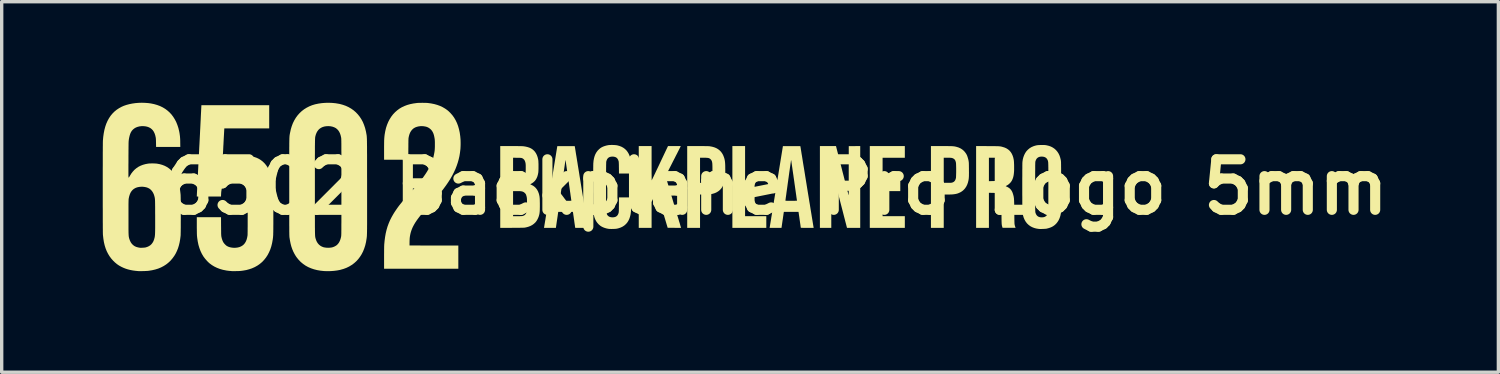
<source format=kicad_pcb>
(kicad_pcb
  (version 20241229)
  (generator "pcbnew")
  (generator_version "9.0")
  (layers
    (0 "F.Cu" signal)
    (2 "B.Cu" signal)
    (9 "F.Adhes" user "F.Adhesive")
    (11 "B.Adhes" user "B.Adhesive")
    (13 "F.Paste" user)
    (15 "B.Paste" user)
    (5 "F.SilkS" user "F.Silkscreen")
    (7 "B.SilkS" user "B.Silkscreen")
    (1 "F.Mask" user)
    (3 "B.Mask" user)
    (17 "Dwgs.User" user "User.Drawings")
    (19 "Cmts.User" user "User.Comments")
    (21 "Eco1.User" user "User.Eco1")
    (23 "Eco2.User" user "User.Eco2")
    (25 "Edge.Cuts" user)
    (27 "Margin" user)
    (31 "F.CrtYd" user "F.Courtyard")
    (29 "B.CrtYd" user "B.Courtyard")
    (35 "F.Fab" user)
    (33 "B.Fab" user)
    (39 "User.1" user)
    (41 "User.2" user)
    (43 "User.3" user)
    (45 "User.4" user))
  (footprint "6502 Backplane Pro Logo 5mm"
    (layer "F.Cu")
    (at 19.985 2.5)
    (property "Reference" "6502 Backplane Pro Logo 5mm" (at 0 0 0) (layer "F.SilkS") (effects (font (size 1.5 1.5) (thickness 0.3))))
    (attr board_only exclude_from_pos_files exclude_from_bom)
    (fp_poly (pts (xy -0.918 -0.173) (xy -0.918 0.867) (xy -0.603 0.867) (xy -0.288 0.867) (xy -0.288 1.041) (xy -0.288 1.214) (xy -0.791 1.214) (xy -1.295 1.214) (xy -1.295 0) (xy -1.295 -1.214) (xy -1.106 -1.214) (xy -0.918 -1.214)) (stroke (width 0) (type solid)) (fill yes) (layer "F.SilkS"))
    (fp_poly (pts (xy 3.824 -1.041) (xy 3.824 -0.867) (xy 3.494 -0.867) (xy 3.164 -0.867) (xy 3.164 -0.546) (xy 3.164 -0.224) (xy 3.427 -0.224) (xy 3.689 -0.224) (xy 3.689 -0.051) (xy 3.689 0.123) (xy 3.427 0.123) (xy 3.164 0.123) (xy 3.164 0.495) (xy 3.164 0.867) (xy 3.494 0.867) (xy 3.824 0.867) (xy 3.824 1.041) (xy 3.824 1.214) (xy 3.304 1.214) (xy 2.784 1.214) (xy 2.784 0) (xy 2.784 -1.214) (xy 3.304 -1.214) (xy 3.824 -1.214)) (stroke (width 0) (type solid)) (fill yes) (layer "F.SilkS"))
    (fp_poly (pts (xy -3.693 -0.704) (xy -3.693 -0.631) (xy -3.693 -0.563) (xy -3.693 -0.5) (xy -3.693 -0.442) (xy -3.693 -0.388) (xy -3.692 -0.341) (xy -3.692 -0.299) (xy -3.691 -0.265) (xy -3.691 -0.236) (xy -3.691 -0.216) (xy -3.69 -0.202) (xy -3.69 -0.197) (xy -3.689 -0.197) (xy -3.687 -0.201) (xy -3.682 -0.213) (xy -3.673 -0.231) (xy -3.661 -0.255) (xy -3.646 -0.286) (xy -3.629 -0.321) (xy -3.61 -0.362) (xy -3.588 -0.407) (xy -3.565 -0.457) (xy -3.54 -0.509) (xy -3.513 -0.565) (xy -3.485 -0.624) (xy -3.456 -0.685) (xy -3.446 -0.708) (xy -3.206 -1.214) (xy -3.016 -1.214) (xy -2.826 -1.214) (xy -2.864 -1.139) (xy -2.871 -1.124) (xy -2.882 -1.103) (xy -2.896 -1.075) (xy -2.913 -1.042) (xy -2.932 -1.003) (xy -2.954 -0.961) (xy -2.978 -0.915) (xy -3.002 -0.866) (xy -3.029 -0.814) (xy -3.056 -0.762) (xy -3.083 -0.708) (xy -3.09 -0.694) (xy -3.279 -0.324) (xy -3.054 0.427) (xy -3.031 0.505) (xy -3.008 0.581) (xy -2.986 0.654) (xy -2.965 0.724) (xy -2.945 0.791) (xy -2.926 0.855) (xy -2.908 0.914) (xy -2.891 0.969) (xy -2.877 1.019) (xy -2.863 1.063) (xy -2.851 1.102) (xy -2.842 1.135) (xy -2.834 1.161) (xy -2.828 1.181) (xy -2.824 1.192) (xy -2.823 1.196) (xy -2.818 1.214) (xy -3.017 1.213) (xy -3.216 1.212) (xy -3.376 0.676) (xy -3.396 0.61) (xy -3.414 0.547) (xy -3.432 0.487) (xy -3.45 0.43) (xy -3.466 0.376) (xy -3.48 0.327) (xy -3.494 0.282) (xy -3.506 0.242) (xy -3.516 0.208) (xy -3.525 0.18) (xy -3.531 0.159) (xy -3.536 0.144) (xy -3.538 0.137) (xy -3.538 0.137) (xy -3.541 0.14) (xy -3.546 0.15) (xy -3.555 0.166) (xy -3.566 0.187) (xy -3.579 0.213) (xy -3.594 0.242) (xy -3.61 0.274) (xy -3.617 0.289) (xy -3.693 0.445) (xy -3.693 0.829) (xy -3.693 1.214) (xy -3.884 1.214) (xy -4.074 1.214) (xy -4.074 0) (xy -4.074 -1.214) (xy -3.884 -1.214) (xy -3.693 -1.214)) (stroke (width 0) (type solid)) (fill yes) (layer "F.SilkS"))
    (fp_poly (pts (xy 2.5 -0.000048) (xy 2.5 1.214) (xy 2.304 1.214) (xy 2.107 1.214) (xy 2.103 1.198) (xy 2.102 1.193) (xy 2.098 1.179) (xy 2.093 1.159) (xy 2.086 1.131) (xy 2.077 1.096) (xy 2.066 1.055) (xy 2.054 1.009) (xy 2.041 0.957) (xy 2.026 0.9) (xy 2.01 0.838) (xy 1.993 0.771) (xy 1.975 0.701) (xy 1.956 0.628) (xy 1.936 0.551) (xy 1.915 0.471) (xy 1.894 0.389) (xy 1.876 0.319) (xy 1.855 0.236) (xy 1.834 0.154) (xy 1.813 0.075) (xy 1.794 -0.001) (xy 1.775 -0.073) (xy 1.757 -0.142) (xy 1.74 -0.207) (xy 1.725 -0.268) (xy 1.71 -0.324) (xy 1.697 -0.374) (xy 1.686 -0.419) (xy 1.676 -0.458) (xy 1.667 -0.491) (xy 1.66 -0.517) (xy 1.655 -0.536) (xy 1.652 -0.548) (xy 1.652 -0.551) (xy 1.648 -0.557) (xy 1.645 -0.558) (xy 1.645 -0.554) (xy 1.644 -0.542) (xy 1.644 -0.521) (xy 1.644 -0.493) (xy 1.643 -0.457) (xy 1.643 -0.414) (xy 1.643 -0.364) (xy 1.642 -0.306) (xy 1.642 -0.242) (xy 1.642 -0.172) (xy 1.642 -0.095) (xy 1.642 -0.012) (xy 1.642 0.077) (xy 1.641 0.171) (xy 1.641 0.271) (xy 1.641 0.328) (xy 1.641 1.214) (xy 1.472 1.214) (xy 1.303 1.214) (xy 1.303 0) (xy 1.303 -1.214) (xy 1.542 -1.214) (xy 1.781 -1.214) (xy 1.785 -1.198) (xy 1.786 -1.193) (xy 1.79 -1.179) (xy 1.795 -1.158) (xy 1.802 -1.13) (xy 1.811 -1.096) (xy 1.821 -1.056) (xy 1.833 -1.01) (xy 1.846 -0.959) (xy 1.86 -0.903) (xy 1.875 -0.843) (xy 1.892 -0.779) (xy 1.909 -0.711) (xy 1.927 -0.641) (xy 1.946 -0.567) (xy 1.965 -0.492) (xy 1.969 -0.474) (xy 1.989 -0.398) (xy 2.008 -0.325) (xy 2.026 -0.254) (xy 2.043 -0.186) (xy 2.06 -0.122) (xy 2.075 -0.061) (xy 2.09 -0.005) (xy 2.103 0.046) (xy 2.115 0.092) (xy 2.125 0.133) (xy 2.135 0.168) (xy 2.142 0.196) (xy 2.148 0.218) (xy 2.152 0.232) (xy 2.154 0.238) (xy 2.154 0.239) (xy 2.157 0.24) (xy 2.158 0.237) (xy 2.158 0.232) (xy 2.158 0.219) (xy 2.158 0.199) (xy 2.158 0.171) (xy 2.158 0.137) (xy 2.159 0.096) (xy 2.159 0.05) (xy 2.159 -0.002) (xy 2.159 -0.059) (xy 2.159 -0.12) (xy 2.159 -0.185) (xy 2.159 -0.254) (xy 2.159 -0.326) (xy 2.159 -0.401) (xy 2.159 -0.478) (xy 2.159 -0.491) (xy 2.16 -1.212) (xy 2.33 -1.213) (xy 2.5 -1.214)) (stroke (width 0) (type solid)) (fill yes) (layer "F.SilkS"))
    (fp_poly (pts (xy -2.324 -1.214) (xy -2.26 -1.214) (xy -2.205 -1.214) (xy -2.157 -1.214) (xy -2.116 -1.213) (xy -2.081 -1.213) (xy -2.051 -1.212) (xy -2.026 -1.212) (xy -2.006 -1.211) (xy -1.99 -1.21) (xy -1.976 -1.209) (xy -1.967 -1.208) (xy -1.896 -1.195) (xy -1.832 -1.177) (xy -1.773 -1.153) (xy -1.721 -1.123) (xy -1.675 -1.087) (xy -1.634 -1.046) (xy -1.599 -0.998) (xy -1.569 -0.943) (xy -1.545 -0.883) (xy -1.545 -0.882) (xy -1.536 -0.855) (xy -1.529 -0.829) (xy -1.523 -0.802) (xy -1.518 -0.774) (xy -1.514 -0.744) (xy -1.511 -0.71) (xy -1.509 -0.672) (xy -1.507 -0.629) (xy -1.507 -0.58) (xy -1.506 -0.524) (xy -1.506 -0.496) (xy -1.506 -0.457) (xy -1.507 -0.418) (xy -1.507 -0.382) (xy -1.508 -0.349) (xy -1.508 -0.32) (xy -1.509 -0.297) (xy -1.51 -0.281) (xy -1.51 -0.279) (xy -1.521 -0.203) (xy -1.537 -0.133) (xy -1.56 -0.069) (xy -1.587 -0.012) (xy -1.621 0.039) (xy -1.66 0.084) (xy -1.705 0.122) (xy -1.756 0.155) (xy -1.812 0.181) (xy -1.874 0.201) (xy -1.885 0.203) (xy -1.913 0.209) (xy -1.94 0.214) (xy -1.967 0.218) (xy -1.998 0.221) (xy -2.032 0.223) (xy -2.071 0.224) (xy -2.117 0.224) (xy -2.133 0.224) (xy -2.255 0.224) (xy -2.255 0.719) (xy -2.255 1.214) (xy -2.445 1.214) (xy -2.636 1.214) (xy -2.636 0) (xy -2.636 -0.495) (xy -2.255 -0.495) (xy -2.255 -0.122) (xy -2.135 -0.124) (xy -2.1 -0.124) (xy -2.072 -0.124) (xy -2.051 -0.125) (xy -2.034 -0.126) (xy -2.022 -0.127) (xy -2.012 -0.128) (xy -2.004 -0.13) (xy -1.997 -0.133) (xy -1.991 -0.135) (xy -1.963 -0.15) (xy -1.939 -0.171) (xy -1.919 -0.195) (xy -1.911 -0.211) (xy -1.905 -0.223) (xy -1.901 -0.236) (xy -1.897 -0.25) (xy -1.894 -0.266) (xy -1.892 -0.285) (xy -1.89 -0.307) (xy -1.889 -0.334) (xy -1.888 -0.366) (xy -1.887 -0.404) (xy -1.887 -0.448) (xy -1.887 -0.495) (xy -1.887 -0.547) (xy -1.887 -0.591) (xy -1.888 -0.628) (xy -1.889 -0.66) (xy -1.89 -0.686) (xy -1.892 -0.708) (xy -1.895 -0.726) (xy -1.898 -0.742) (xy -1.901 -0.755) (xy -1.906 -0.768) (xy -1.91 -0.778) (xy -1.923 -0.8) (xy -1.94 -0.821) (xy -1.959 -0.838) (xy -1.972 -0.846) (xy -1.985 -0.852) (xy -1.998 -0.857) (xy -2.013 -0.861) (xy -2.031 -0.864) (xy -2.053 -0.865) (xy -2.079 -0.867) (xy -2.112 -0.867) (xy -2.147 -0.867) (xy -2.255 -0.867) (xy -2.255 -0.495) (xy -2.636 -0.495) (xy -2.636 -1.214)) (stroke (width 0) (type solid)) (fill yes) (layer "F.SilkS"))
    (fp_poly (pts (xy 4.973 -1.214) (xy 5.03 -1.214) (xy 5.079 -1.214) (xy 5.121 -1.213) (xy 5.158 -1.213) (xy 5.19 -1.212) (xy 5.218 -1.211) (xy 5.241 -1.21) (xy 5.262 -1.208) (xy 5.281 -1.206) (xy 5.297 -1.204) (xy 5.313 -1.201) (xy 5.328 -1.198) (xy 5.344 -1.194) (xy 5.357 -1.191) (xy 5.419 -1.172) (xy 5.476 -1.146) (xy 5.527 -1.114) (xy 5.573 -1.075) (xy 5.613 -1.03) (xy 5.648 -0.979) (xy 5.663 -0.951) (xy 5.673 -0.929) (xy 5.683 -0.901) (xy 5.693 -0.869) (xy 5.703 -0.835) (xy 5.711 -0.803) (xy 5.716 -0.777) (xy 5.718 -0.764) (xy 5.72 -0.752) (xy 5.722 -0.739) (xy 5.723 -0.724) (xy 5.724 -0.707) (xy 5.725 -0.687) (xy 5.725 -0.663) (xy 5.726 -0.633) (xy 5.726 -0.597) (xy 5.727 -0.555) (xy 5.727 -0.525) (xy 5.727 -0.469) (xy 5.728 -0.421) (xy 5.727 -0.379) (xy 5.727 -0.344) (xy 5.726 -0.313) (xy 5.724 -0.286) (xy 5.723 -0.262) (xy 5.72 -0.24) (xy 5.717 -0.219) (xy 5.714 -0.199) (xy 5.713 -0.196) (xy 5.697 -0.129) (xy 5.675 -0.068) (xy 5.648 -0.013) (xy 5.615 0.037) (xy 5.587 0.07) (xy 5.552 0.104) (xy 5.514 0.133) (xy 5.471 0.159) (xy 5.462 0.163) (xy 5.429 0.178) (xy 5.397 0.191) (xy 5.363 0.201) (xy 5.327 0.209) (xy 5.288 0.215) (xy 5.245 0.22) (xy 5.196 0.223) (xy 5.14 0.224) (xy 5.099 0.224) (xy 4.979 0.224) (xy 4.979 0.719) (xy 4.979 1.214) (xy 4.789 1.214) (xy 4.599 1.214) (xy 4.599 0) (xy 4.599 -0.495) (xy 4.979 -0.495) (xy 4.979 -0.123) (xy 5.09 -0.123) (xy 5.13 -0.123) (xy 5.162 -0.123) (xy 5.187 -0.124) (xy 5.206 -0.126) (xy 5.219 -0.128) (xy 5.223 -0.128) (xy 5.257 -0.141) (xy 5.285 -0.158) (xy 5.307 -0.182) (xy 5.324 -0.211) (xy 5.336 -0.247) (xy 5.341 -0.266) (xy 5.343 -0.28) (xy 5.344 -0.302) (xy 5.345 -0.33) (xy 5.346 -0.363) (xy 5.347 -0.4) (xy 5.348 -0.439) (xy 5.348 -0.48) (xy 5.348 -0.521) (xy 5.348 -0.562) (xy 5.347 -0.601) (xy 5.346 -0.636) (xy 5.345 -0.668) (xy 5.344 -0.694) (xy 5.342 -0.714) (xy 5.341 -0.723) (xy 5.331 -0.761) (xy 5.318 -0.793) (xy 5.3 -0.818) (xy 5.277 -0.837) (xy 5.248 -0.852) (xy 5.229 -0.859) (xy 5.219 -0.861) (xy 5.209 -0.863) (xy 5.198 -0.865) (xy 5.184 -0.866) (xy 5.166 -0.867) (xy 5.142 -0.867) (xy 5.113 -0.867) (xy 5.09 -0.867) (xy 4.979 -0.867) (xy 4.979 -0.495) (xy 4.599 -0.495) (xy 4.599 -1.214) (xy 4.909 -1.214)) (stroke (width 0) (type solid)) (fill yes) (layer "F.SilkS"))
    (fp_poly (pts (xy -4.852 -1.247) (xy -4.813 -1.246) (xy -4.775 -1.243) (xy -4.742 -1.24) (xy -4.715 -1.236) (xy -4.649 -1.218) (xy -4.589 -1.195) (xy -4.534 -1.165) (xy -4.485 -1.129) (xy -4.441 -1.087) (xy -4.404 -1.038) (xy -4.372 -0.984) (xy -4.345 -0.922) (xy -4.339 -0.904) (xy -4.33 -0.875) (xy -4.323 -0.846) (xy -4.317 -0.816) (xy -4.312 -0.783) (xy -4.308 -0.746) (xy -4.306 -0.705) (xy -4.304 -0.658) (xy -4.303 -0.605) (xy -4.302 -0.545) (xy -4.302 -0.398) (xy -4.482 -0.398) (xy -4.661 -0.398) (xy -4.663 -0.568) (xy -4.664 -0.612) (xy -4.664 -0.649) (xy -4.665 -0.679) (xy -4.666 -0.703) (xy -4.667 -0.723) (xy -4.668 -0.738) (xy -4.669 -0.75) (xy -4.671 -0.759) (xy -4.672 -0.765) (xy -4.686 -0.805) (xy -4.704 -0.837) (xy -4.727 -0.863) (xy -4.756 -0.882) (xy -4.79 -0.894) (xy -4.83 -0.901) (xy -4.854 -0.902) (xy -4.897 -0.899) (xy -4.934 -0.89) (xy -4.965 -0.875) (xy -4.991 -0.853) (xy -5.012 -0.825) (xy -5.028 -0.789) (xy -5.039 -0.751) (xy -5.04 -0.743) (xy -5.041 -0.727) (xy -5.041 -0.704) (xy -5.042 -0.674) (xy -5.043 -0.638) (xy -5.043 -0.596) (xy -5.044 -0.549) (xy -5.044 -0.497) (xy -5.044 -0.441) (xy -5.045 -0.381) (xy -5.045 -0.319) (xy -5.045 -0.253) (xy -5.045 -0.186) (xy -5.045 -0.117) (xy -5.046 -0.048) (xy -5.046 0.022) (xy -5.045 0.092) (xy -5.045 0.161) (xy -5.045 0.229) (xy -5.045 0.295) (xy -5.045 0.359) (xy -5.044 0.419) (xy -5.044 0.477) (xy -5.044 0.53) (xy -5.043 0.579) (xy -5.043 0.623) (xy -5.042 0.662) (xy -5.041 0.694) (xy -5.041 0.72) (xy -5.04 0.738) (xy -5.039 0.749) (xy -5.039 0.751) (xy -5.028 0.792) (xy -5.011 0.827) (xy -4.989 0.855) (xy -4.962 0.876) (xy -4.93 0.891) (xy -4.892 0.899) (xy -4.856 0.902) (xy -4.813 0.899) (xy -4.776 0.891) (xy -4.744 0.876) (xy -4.718 0.855) (xy -4.697 0.828) (xy -4.68 0.793) (xy -4.672 0.768) (xy -4.67 0.761) (xy -4.669 0.753) (xy -4.668 0.743) (xy -4.667 0.731) (xy -4.666 0.715) (xy -4.665 0.694) (xy -4.665 0.669) (xy -4.664 0.637) (xy -4.664 0.6) (xy -4.663 0.555) (xy -4.663 0.526) (xy -4.661 0.309) (xy -4.482 0.309) (xy -4.302 0.309) (xy -4.302 0.501) (xy -4.303 0.542) (xy -4.303 0.583) (xy -4.303 0.621) (xy -4.304 0.656) (xy -4.305 0.687) (xy -4.305 0.712) (xy -4.306 0.731) (xy -4.307 0.739) (xy -4.317 0.815) (xy -4.334 0.885) (xy -4.356 0.949) (xy -4.384 1.007) (xy -4.418 1.059) (xy -4.458 1.104) (xy -4.503 1.144) (xy -4.555 1.178) (xy -4.612 1.205) (xy -4.675 1.226) (xy -4.715 1.236) (xy -4.74 1.24) (xy -4.771 1.243) (xy -4.806 1.245) (xy -4.844 1.246) (xy -4.882 1.247) (xy -4.918 1.246) (xy -4.951 1.245) (xy -4.977 1.242) (xy -4.979 1.242) (xy -5.032 1.231) (xy -5.084 1.216) (xy -5.134 1.197) (xy -5.178 1.175) (xy -5.217 1.15) (xy -5.22 1.147) (xy -5.266 1.108) (xy -5.306 1.063) (xy -5.34 1.014) (xy -5.368 0.959) (xy -5.391 0.898) (xy -5.407 0.831) (xy -5.419 0.759) (xy -5.423 0.702) (xy -5.424 0.688) (xy -5.424 0.665) (xy -5.425 0.635) (xy -5.425 0.599) (xy -5.426 0.556) (xy -5.426 0.508) (xy -5.427 0.456) (xy -5.427 0.399) (xy -5.427 0.338) (xy -5.427 0.274) (xy -5.427 0.208) (xy -5.428 0.14) (xy -5.428 0.071) (xy -5.428 0.001) (xy -5.428 -0.068) (xy -5.428 -0.138) (xy -5.427 -0.206) (xy -5.427 -0.272) (xy -5.427 -0.335) (xy -5.427 -0.396) (xy -5.427 -0.453) (xy -5.426 -0.506) (xy -5.426 -0.554) (xy -5.425 -0.597) (xy -5.425 -0.634) (xy -5.424 -0.664) (xy -5.424 -0.687) (xy -5.423 -0.702) (xy -5.423 -0.702) (xy -5.416 -0.779) (xy -5.403 -0.85) (xy -5.385 -0.915) (xy -5.362 -0.973) (xy -5.332 -1.027) (xy -5.297 -1.075) (xy -5.255 -1.118) (xy -5.216 -1.151) (xy -5.179 -1.175) (xy -5.135 -1.197) (xy -5.086 -1.215) (xy -5.034 -1.23) (xy -4.98 -1.241) (xy -4.957 -1.244) (xy -4.927 -1.246) (xy -4.891 -1.247)) (stroke (width 0) (type solid)) (fill yes) (layer "F.SilkS"))
    (fp_poly (pts (xy 0.623 -1.213) (xy 0.659 -1.213) (xy 0.687 -1.212) (xy 0.707 -1.212) (xy 0.719 -1.211) (xy 0.723 -1.21) (xy 0.723 -1.21) (xy 0.724 -1.205) (xy 0.726 -1.193) (xy 0.729 -1.173) (xy 0.734 -1.146) (xy 0.739 -1.112) (xy 0.746 -1.072) (xy 0.753 -1.026) (xy 0.761 -0.975) (xy 0.771 -0.918) (xy 0.781 -0.856) (xy 0.791 -0.791) (xy 0.802 -0.721) (xy 0.814 -0.648) (xy 0.827 -0.571) (xy 0.84 -0.492) (xy 0.853 -0.411) (xy 0.866 -0.328) (xy 0.88 -0.243) (xy 0.894 -0.157) (xy 0.908 -0.07) (xy 0.922 0.017) (xy 0.936 0.104) (xy 0.95 0.19) (xy 0.964 0.275) (xy 0.978 0.359) (xy 0.991 0.442) (xy 1.005 0.522) (xy 1.017 0.6) (xy 1.029 0.675) (xy 1.041 0.746) (xy 1.052 0.814) (xy 1.062 0.878) (xy 1.072 0.937) (xy 1.081 0.991) (xy 1.089 1.04) (xy 1.096 1.084) (xy 1.102 1.121) (xy 1.107 1.151) (xy 1.111 1.175) (xy 1.114 1.191) (xy 1.115 1.199) (xy 1.115 1.2) (xy 1.118 1.214) (xy 0.927 1.214) (xy 0.888 1.214) (xy 0.851 1.214) (xy 0.818 1.214) (xy 0.79 1.213) (xy 0.766 1.213) (xy 0.749 1.213) (xy 0.739 1.212) (xy 0.736 1.212) (xy 0.736 1.207) (xy 0.734 1.195) (xy 0.731 1.177) (xy 0.728 1.153) (xy 0.724 1.124) (xy 0.719 1.091) (xy 0.714 1.056) (xy 0.709 1.019) (xy 0.703 0.981) (xy 0.698 0.943) (xy 0.693 0.906) (xy 0.688 0.871) (xy 0.683 0.839) (xy 0.679 0.811) (xy 0.675 0.787) (xy 0.673 0.769) (xy 0.671 0.758) (xy 0.67 0.754) (xy 0.668 0.74) (xy 0.451 0.74) (xy 0.234 0.74) (xy 0.231 0.75) (xy 0.23 0.756) (xy 0.228 0.769) (xy 0.225 0.789) (xy 0.221 0.816) (xy 0.217 0.847) (xy 0.211 0.883) (xy 0.206 0.922) (xy 0.2 0.964) (xy 0.196 0.987) (xy 0.163 1.214) (xy -0.013 1.214) (xy -0.19 1.214) (xy -0.188 1.203) (xy -0.187 1.197) (xy -0.185 1.184) (xy -0.181 1.164) (xy -0.177 1.135) (xy -0.171 1.1) (xy -0.164 1.058) (xy -0.156 1.01) (xy -0.147 0.956) (xy -0.138 0.896) (xy -0.127 0.831) (xy -0.116 0.761) (xy -0.103 0.686) (xy -0.09 0.606) (xy -0.077 0.523) (xy -0.063 0.436) (xy -0.058 0.404) (xy 0.279 0.404) (xy 0.279 0.404) (xy 0.28 0.406) (xy 0.284 0.407) (xy 0.291 0.408) (xy 0.303 0.409) (xy 0.319 0.41) (xy 0.34 0.41) (xy 0.368 0.41) (xy 0.403 0.41) (xy 0.446 0.41) (xy 0.451 0.41) (xy 0.488 0.41) (xy 0.522 0.41) (xy 0.553 0.41) (xy 0.579 0.409) (xy 0.6 0.409) (xy 0.614 0.408) (xy 0.621 0.407) (xy 0.622 0.407) (xy 0.621 0.402) (xy 0.62 0.389) (xy 0.617 0.369) (xy 0.613 0.342) (xy 0.608 0.309) (xy 0.603 0.271) (xy 0.597 0.228) (xy 0.59 0.181) (xy 0.583 0.13) (xy 0.575 0.075) (xy 0.567 0.019) (xy 0.559 -0.04) (xy 0.55 -0.1) (xy 0.542 -0.162) (xy 0.533 -0.223) (xy 0.524 -0.284) (xy 0.516 -0.344) (xy 0.507 -0.403) (xy 0.499 -0.46) (xy 0.491 -0.514) (xy 0.484 -0.565) (xy 0.477 -0.612) (xy 0.471 -0.655) (xy 0.465 -0.693) (xy 0.46 -0.726) (xy 0.457 -0.752) (xy 0.454 -0.772) (xy 0.452 -0.785) (xy 0.451 -0.79) (xy 0.451 -0.79) (xy 0.446 -0.79) (xy 0.446 -0.79) (xy 0.445 -0.786) (xy 0.443 -0.774) (xy 0.441 -0.754) (xy 0.437 -0.728) (xy 0.432 -0.696) (xy 0.427 -0.659) (xy 0.421 -0.616) (xy 0.414 -0.569) (xy 0.407 -0.519) (xy 0.399 -0.465) (xy 0.391 -0.408) (xy 0.383 -0.35) (xy 0.375 -0.289) (xy 0.366 -0.228) (xy 0.358 -0.167) (xy 0.349 -0.106) (xy 0.341 -0.046) (xy 0.333 0.013) (xy 0.325 0.07) (xy 0.317 0.124) (xy 0.31 0.176) (xy 0.304 0.223) (xy 0.298 0.266) (xy 0.292 0.305) (xy 0.288 0.338) (xy 0.284 0.365) (xy 0.282 0.385) (xy 0.28 0.399) (xy 0.279 0.404) (xy -0.058 0.404) (xy -0.048 0.346) (xy -0.033 0.253) (xy -0.017 0.157) (xy -0.001 0.058) (xy 0.01 -0.011) (xy 0.205 -1.212) (xy 0.464 -1.213) (xy 0.525 -1.213) (xy 0.578 -1.213)) (stroke (width 0) (type solid)) (fill yes) (layer "F.SilkS"))
    (fp_poly (pts (xy -6.084 -1.213) (xy -6.049 -1.213) (xy -6.022 -1.213) (xy -6.001 -1.212) (xy -5.986 -1.212) (xy -5.977 -1.211) (xy -5.974 -1.21) (xy -5.973 -1.209) (xy -5.973 -1.205) (xy -5.971 -1.193) (xy -5.968 -1.173) (xy -5.963 -1.146) (xy -5.958 -1.112) (xy -5.951 -1.072) (xy -5.944 -1.025) (xy -5.936 -0.974) (xy -5.926 -0.917) (xy -5.916 -0.855) (xy -5.906 -0.79) (xy -5.894 -0.72) (xy -5.883 -0.647) (xy -5.87 -0.57) (xy -5.857 -0.491) (xy -5.844 -0.41) (xy -5.831 -0.326) (xy -5.817 -0.241) (xy -5.803 -0.155) (xy -5.789 -0.069) (xy -5.775 0.018) (xy -5.761 0.105) (xy -5.747 0.191) (xy -5.733 0.277) (xy -5.719 0.361) (xy -5.706 0.444) (xy -5.692 0.524) (xy -5.68 0.602) (xy -5.668 0.677) (xy -5.656 0.748) (xy -5.645 0.816) (xy -5.635 0.88) (xy -5.625 0.939) (xy -5.616 0.993) (xy -5.608 1.042) (xy -5.601 1.085) (xy -5.595 1.123) (xy -5.59 1.153) (xy -5.586 1.177) (xy -5.583 1.193) (xy -5.582 1.201) (xy -5.582 1.203) (xy -5.579 1.214) (xy -5.77 1.214) (xy -5.809 1.214) (xy -5.846 1.214) (xy -5.879 1.214) (xy -5.907 1.214) (xy -5.931 1.214) (xy -5.948 1.213) (xy -5.958 1.213) (xy -5.961 1.213) (xy -5.961 1.208) (xy -5.963 1.196) (xy -5.966 1.178) (xy -5.969 1.154) (xy -5.973 1.125) (xy -5.978 1.093) (xy -5.983 1.058) (xy -5.988 1.021) (xy -5.993 0.983) (xy -5.999 0.945) (xy -6.004 0.908) (xy -6.009 0.873) (xy -6.014 0.84) (xy -6.018 0.812) (xy -6.021 0.788) (xy -6.024 0.77) (xy -6.026 0.758) (xy -6.026 0.754) (xy -6.029 0.74) (xy -6.246 0.74) (xy -6.463 0.74) (xy -6.466 0.75) (xy -6.467 0.756) (xy -6.469 0.769) (xy -6.472 0.789) (xy -6.476 0.816) (xy -6.48 0.847) (xy -6.485 0.883) (xy -6.491 0.922) (xy -6.497 0.964) (xy -6.501 0.987) (xy -6.534 1.214) (xy -6.71 1.214) (xy -6.887 1.214) (xy -6.885 1.203) (xy -6.884 1.197) (xy -6.882 1.184) (xy -6.878 1.164) (xy -6.874 1.135) (xy -6.868 1.1) (xy -6.861 1.058) (xy -6.853 1.01) (xy -6.844 0.956) (xy -6.835 0.896) (xy -6.824 0.831) (xy -6.813 0.761) (xy -6.8 0.686) (xy -6.787 0.606) (xy -6.774 0.523) (xy -6.76 0.436) (xy -6.754 0.403) (xy -6.418 0.403) (xy -6.417 0.405) (xy -6.415 0.406) (xy -6.411 0.408) (xy -6.405 0.408) (xy -6.394 0.409) (xy -6.379 0.41) (xy -6.359 0.41) (xy -6.333 0.41) (xy -6.3 0.41) (xy -6.26 0.41) (xy -6.246 0.41) (xy -6.209 0.41) (xy -6.175 0.41) (xy -6.144 0.41) (xy -6.118 0.41) (xy -6.097 0.409) (xy -6.083 0.409) (xy -6.076 0.408) (xy -6.075 0.408) (xy -6.076 0.403) (xy -6.077 0.39) (xy -6.08 0.37) (xy -6.084 0.344) (xy -6.088 0.311) (xy -6.094 0.273) (xy -6.1 0.23) (xy -6.106 0.183) (xy -6.114 0.132) (xy -6.121 0.078) (xy -6.129 0.021) (xy -6.138 -0.038) (xy -6.146 -0.098) (xy -6.155 -0.159) (xy -6.164 -0.221) (xy -6.173 -0.282) (xy -6.181 -0.342) (xy -6.19 -0.401) (xy -6.198 -0.458) (xy -6.206 -0.512) (xy -6.213 -0.563) (xy -6.22 -0.61) (xy -6.226 -0.654) (xy -6.232 -0.692) (xy -6.236 -0.725) (xy -6.24 -0.752) (xy -6.243 -0.772) (xy -6.245 -0.785) (xy -6.246 -0.79) (xy -6.246 -0.79) (xy -6.251 -0.79) (xy -6.251 -0.79) (xy -6.252 -0.786) (xy -6.254 -0.774) (xy -6.256 -0.754) (xy -6.26 -0.728) (xy -6.265 -0.696) (xy -6.27 -0.658) (xy -6.276 -0.616) (xy -6.283 -0.569) (xy -6.29 -0.518) (xy -6.298 -0.464) (xy -6.306 -0.408) (xy -6.314 -0.349) (xy -6.322 -0.289) (xy -6.331 -0.228) (xy -6.339 -0.167) (xy -6.348 -0.106) (xy -6.356 -0.046) (xy -6.365 0.013) (xy -6.372 0.07) (xy -6.38 0.124) (xy -6.387 0.175) (xy -6.394 0.223) (xy -6.399 0.266) (xy -6.405 0.304) (xy -6.409 0.337) (xy -6.413 0.364) (xy -6.415 0.384) (xy -6.417 0.398) (xy -6.418 0.403) (xy -6.754 0.403) (xy -6.745 0.346) (xy -6.73 0.253) (xy -6.714 0.157) (xy -6.698 0.058) (xy -6.687 -0.011) (xy -6.492 -1.212) (xy -6.233 -1.213) (xy -6.175 -1.213) (xy -6.125 -1.213)) (stroke (width 0) (type solid)) (fill yes) (layer "F.SilkS"))
    (fp_poly (pts (xy -7.807 -1.214) (xy -7.749 -1.214) (xy -7.697 -1.214) (xy -7.649 -1.213) (xy -7.608 -1.213) (xy -7.573 -1.212) (xy -7.545 -1.211) (xy -7.524 -1.211) (xy -7.511 -1.21) (xy -7.51 -1.21) (xy -7.442 -1.2) (xy -7.38 -1.186) (xy -7.324 -1.168) (xy -7.275 -1.146) (xy -7.236 -1.122) (xy -7.194 -1.087) (xy -7.156 -1.046) (xy -7.125 -0.999) (xy -7.098 -0.946) (xy -7.077 -0.887) (xy -7.061 -0.821) (xy -7.058 -0.802) (xy -7.055 -0.781) (xy -7.053 -0.753) (xy -7.052 -0.72) (xy -7.05 -0.682) (xy -7.05 -0.642) (xy -7.05 -0.601) (xy -7.05 -0.561) (xy -7.051 -0.521) (xy -7.052 -0.486) (xy -7.054 -0.454) (xy -7.056 -0.429) (xy -7.058 -0.417) (xy -7.071 -0.356) (xy -7.087 -0.303) (xy -7.108 -0.256) (xy -7.133 -0.213) (xy -7.163 -0.175) (xy -7.172 -0.167) (xy -7.195 -0.145) (xy -7.222 -0.124) (xy -7.25 -0.105) (xy -7.274 -0.093) (xy -7.285 -0.087) (xy -7.292 -0.082) (xy -7.293 -0.08) (xy -7.288 -0.076) (xy -7.278 -0.071) (xy -7.264 -0.064) (xy -7.26 -0.062) (xy -7.209 -0.036) (xy -7.165 -0.003) (xy -7.126 0.036) (xy -7.092 0.081) (xy -7.064 0.133) (xy -7.042 0.19) (xy -7.031 0.23) (xy -7.026 0.254) (xy -7.021 0.277) (xy -7.018 0.303) (xy -7.015 0.331) (xy -7.013 0.363) (xy -7.012 0.399) (xy -7.011 0.441) (xy -7.01 0.489) (xy -7.01 0.532) (xy -7.01 0.59) (xy -7.011 0.64) (xy -7.012 0.684) (xy -7.014 0.722) (xy -7.017 0.756) (xy -7.021 0.786) (xy -7.026 0.813) (xy -7.033 0.84) (xy -7.04 0.865) (xy -7.049 0.891) (xy -7.051 0.897) (xy -7.077 0.955) (xy -7.108 1.008) (xy -7.145 1.055) (xy -7.189 1.095) (xy -7.238 1.13) (xy -7.293 1.159) (xy -7.354 1.182) (xy -7.422 1.2) (xy -7.435 1.202) (xy -7.444 1.204) (xy -7.452 1.205) (xy -7.461 1.207) (xy -7.471 1.208) (xy -7.483 1.209) (xy -7.497 1.209) (xy -7.514 1.21) (xy -7.535 1.211) (xy -7.559 1.211) (xy -7.589 1.211) (xy -7.623 1.212) (xy -7.664 1.212) (xy -7.711 1.212) (xy -7.766 1.213) (xy -7.828 1.213) (xy -7.834 1.213) (xy -8.186 1.215) (xy -8.186 0.495) (xy -7.805 0.495) (xy -7.805 0.867) (xy -7.676 0.867) (xy -7.637 0.867) (xy -7.605 0.867) (xy -7.58 0.866) (xy -7.56 0.866) (xy -7.545 0.864) (xy -7.532 0.863) (xy -7.523 0.861) (xy -7.521 0.861) (xy -7.486 0.849) (xy -7.458 0.832) (xy -7.436 0.81) (xy -7.418 0.782) (xy -7.405 0.747) (xy -7.399 0.722) (xy -7.397 0.711) (xy -7.395 0.7) (xy -7.394 0.687) (xy -7.393 0.672) (xy -7.392 0.653) (xy -7.391 0.631) (xy -7.391 0.602) (xy -7.391 0.568) (xy -7.391 0.526) (xy -7.391 0.524) (xy -7.391 0.487) (xy -7.391 0.451) (xy -7.392 0.417) (xy -7.392 0.386) (xy -7.393 0.361) (xy -7.394 0.341) (xy -7.395 0.33) (xy -7.4 0.298) (xy -7.408 0.267) (xy -7.417 0.238) (xy -7.425 0.218) (xy -7.441 0.195) (xy -7.463 0.173) (xy -7.487 0.154) (xy -7.499 0.148) (xy -7.515 0.141) (xy -7.53 0.135) (xy -7.546 0.131) (xy -7.565 0.128) (xy -7.586 0.125) (xy -7.612 0.124) (xy -7.644 0.123) (xy -7.682 0.123) (xy -7.694 0.123) (xy -7.805 0.123) (xy -7.805 0.495) (xy -8.186 0.495) (xy -8.186 0.000202) (xy -8.186 -0.545) (xy -7.805 -0.545) (xy -7.805 -0.223) (xy -7.703 -0.225) (xy -7.666 -0.227) (xy -7.636 -0.228) (xy -7.612 -0.229) (xy -7.594 -0.231) (xy -7.581 -0.233) (xy -7.575 -0.235) (xy -7.537 -0.248) (xy -7.506 -0.267) (xy -7.481 -0.291) (xy -7.46 -0.322) (xy -7.444 -0.359) (xy -7.439 -0.374) (xy -7.437 -0.387) (xy -7.435 -0.407) (xy -7.433 -0.432) (xy -7.431 -0.462) (xy -7.43 -0.495) (xy -7.429 -0.53) (xy -7.429 -0.565) (xy -7.429 -0.599) (xy -7.429 -0.63) (xy -7.43 -0.658) (xy -7.432 -0.68) (xy -7.433 -0.694) (xy -7.442 -0.738) (xy -7.456 -0.776) (xy -7.474 -0.807) (xy -7.498 -0.831) (xy -7.526 -0.85) (xy -7.538 -0.855) (xy -7.546 -0.858) (xy -7.553 -0.86) (xy -7.561 -0.862) (xy -7.572 -0.863) (xy -7.586 -0.864) (xy -7.604 -0.865) (xy -7.628 -0.866) (xy -7.659 -0.866) (xy -7.684 -0.866) (xy -7.805 -0.868) (xy -7.805 -0.545) (xy -8.186 -0.545) (xy -8.186 -1.214) (xy -7.869 -1.214)) (stroke (width 0) (type solid)) (fill yes) (layer "F.SilkS"))
    (fp_poly (pts (xy 6.277 -1.213) (xy 6.341 -1.213) (xy 6.397 -1.213) (xy 6.446 -1.212) (xy 6.488 -1.212) (xy 6.525 -1.211) (xy 6.556 -1.211) (xy 6.583 -1.21) (xy 6.606 -1.209) (xy 6.626 -1.207) (xy 6.643 -1.206) (xy 6.658 -1.204) (xy 6.672 -1.202) (xy 6.686 -1.199) (xy 6.699 -1.196) (xy 6.713 -1.192) (xy 6.728 -1.188) (xy 6.789 -1.169) (xy 6.843 -1.144) (xy 6.891 -1.113) (xy 6.933 -1.077) (xy 6.969 -1.034) (xy 6.999 -0.986) (xy 7.024 -0.931) (xy 7.044 -0.87) (xy 7.058 -0.802) (xy 7.059 -0.795) (xy 7.061 -0.773) (xy 7.064 -0.743) (xy 7.065 -0.709) (xy 7.067 -0.67) (xy 7.068 -0.629) (xy 7.068 -0.587) (xy 7.068 -0.545) (xy 7.068 -0.506) (xy 7.067 -0.471) (xy 7.065 -0.446) (xy 7.059 -0.383) (xy 7.05 -0.326) (xy 7.037 -0.276) (xy 7.02 -0.229) (xy 6.999 -0.186) (xy 6.979 -0.155) (xy 6.953 -0.123) (xy 6.921 -0.092) (xy 6.886 -0.064) (xy 6.849 -0.042) (xy 6.838 -0.036) (xy 6.827 -0.031) (xy 6.82 -0.026) (xy 6.82 -0.025) (xy 6.823 -0.021) (xy 6.832 -0.016) (xy 6.833 -0.016) (xy 6.864 -0.003) (xy 6.896 0.015) (xy 6.925 0.035) (xy 6.94 0.047) (xy 6.97 0.079) (xy 6.996 0.115) (xy 7.017 0.157) (xy 7.034 0.205) (xy 7.046 0.247) (xy 7.05 0.264) (xy 7.054 0.28) (xy 7.057 0.296) (xy 7.059 0.313) (xy 7.062 0.33) (xy 7.064 0.349) (xy 7.065 0.371) (xy 7.067 0.395) (xy 7.068 0.423) (xy 7.069 0.455) (xy 7.07 0.492) (xy 7.071 0.534) (xy 7.072 0.583) (xy 7.072 0.639) (xy 7.073 0.702) (xy 7.073 0.742) (xy 7.074 0.805) (xy 7.075 0.86) (xy 7.075 0.907) (xy 7.076 0.948) (xy 7.076 0.983) (xy 7.077 1.012) (xy 7.077 1.037) (xy 7.078 1.057) (xy 7.079 1.074) (xy 7.079 1.087) (xy 7.08 1.098) (xy 7.082 1.108) (xy 7.083 1.116) (xy 7.084 1.123) (xy 7.085 1.127) (xy 7.09 1.148) (xy 7.096 1.168) (xy 7.101 1.184) (xy 7.103 1.188) (xy 7.107 1.2) (xy 7.111 1.209) (xy 7.111 1.212) (xy 7.107 1.213) (xy 7.096 1.213) (xy 7.077 1.213) (xy 7.053 1.213) (xy 7.023 1.213) (xy 6.989 1.213) (xy 6.952 1.213) (xy 6.918 1.213) (xy 6.725 1.212) (xy 6.719 1.193) (xy 6.715 1.18) (xy 6.712 1.168) (xy 6.708 1.157) (xy 6.706 1.146) (xy 6.704 1.135) (xy 6.702 1.122) (xy 6.7 1.108) (xy 6.699 1.092) (xy 6.698 1.072) (xy 6.697 1.05) (xy 6.696 1.023) (xy 6.695 0.991) (xy 6.695 0.954) (xy 6.694 0.91) (xy 6.694 0.86) (xy 6.693 0.803) (xy 6.693 0.747) (xy 6.692 0.682) (xy 6.692 0.625) (xy 6.691 0.575) (xy 6.691 0.533) (xy 6.69 0.496) (xy 6.689 0.465) (xy 6.689 0.439) (xy 6.688 0.417) (xy 6.687 0.399) (xy 6.686 0.385) (xy 6.685 0.373) (xy 6.684 0.364) (xy 6.683 0.356) (xy 6.683 0.354) (xy 6.672 0.311) (xy 6.658 0.275) (xy 6.641 0.245) (xy 6.618 0.221) (xy 6.59 0.202) (xy 6.557 0.187) (xy 6.544 0.183) (xy 6.532 0.181) (xy 6.516 0.179) (xy 6.495 0.177) (xy 6.466 0.176) (xy 6.431 0.175) (xy 6.421 0.175) (xy 6.32 0.173) (xy 6.32 0.693) (xy 6.32 1.214) (xy 6.13 1.214) (xy 5.94 1.214) (xy 5.94 -0.000211) (xy 5.94 -0.52) (xy 6.32 -0.52) (xy 6.32 -0.172) (xy 6.421 -0.175) (xy 6.46 -0.176) (xy 6.491 -0.177) (xy 6.516 -0.179) (xy 6.533 -0.181) (xy 6.542 -0.183) (xy 6.58 -0.197) (xy 6.612 -0.217) (xy 6.637 -0.242) (xy 6.658 -0.274) (xy 6.673 -0.312) (xy 6.679 -0.334) (xy 6.681 -0.343) (xy 6.682 -0.354) (xy 6.684 -0.366) (xy 6.685 -0.381) (xy 6.685 -0.399) (xy 6.686 -0.423) (xy 6.686 -0.452) (xy 6.686 -0.487) (xy 6.686 -0.525) (xy 6.686 -0.567) (xy 6.686 -0.602) (xy 6.686 -0.63) (xy 6.685 -0.653) (xy 6.685 -0.671) (xy 6.684 -0.686) (xy 6.682 -0.699) (xy 6.68 -0.71) (xy 6.679 -0.719) (xy 6.667 -0.759) (xy 6.651 -0.793) (xy 6.632 -0.819) (xy 6.607 -0.839) (xy 6.6 -0.844) (xy 6.586 -0.85) (xy 6.574 -0.856) (xy 6.561 -0.86) (xy 6.546 -0.863) (xy 6.527 -0.865) (xy 6.505 -0.866) (xy 6.477 -0.867) (xy 6.442 -0.867) (xy 6.427 -0.867) (xy 6.32 -0.867) (xy 6.32 -0.52) (xy 5.94 -0.52) (xy 5.94 -1.215)) (stroke (width 0) (type solid)) (fill yes) (layer "F.SilkS"))
    (fp_poly (pts (xy -10.456 -2.497) (xy -10.418 -2.497) (xy -10.384 -2.496) (xy -10.355 -2.494) (xy -10.335 -2.493) (xy -10.235 -2.479) (xy -10.141 -2.46) (xy -10.053 -2.435) (xy -9.971 -2.405) (xy -9.895 -2.369) (xy -9.823 -2.327) (xy -9.756 -2.279) (xy -9.745 -2.271) (xy -9.729 -2.257) (xy -9.71 -2.24) (xy -9.69 -2.22) (xy -9.67 -2.201) (xy -9.665 -2.195) (xy -9.607 -2.13) (xy -9.555 -2.058) (xy -9.51 -1.981) (xy -9.47 -1.897) (xy -9.437 -1.808) (xy -9.41 -1.713) (xy -9.388 -1.612) (xy -9.373 -1.505) (xy -9.367 -1.439) (xy -9.364 -1.403) (xy -9.363 -1.361) (xy -9.362 -1.315) (xy -9.362 -1.268) (xy -9.363 -1.221) (xy -9.365 -1.177) (xy -9.367 -1.138) (xy -9.369 -1.115) (xy -9.381 -1.015) (xy -9.397 -0.917) (xy -9.419 -0.821) (xy -9.446 -0.725) (xy -9.478 -0.63) (xy -9.515 -0.535) (xy -9.559 -0.44) (xy -9.608 -0.344) (xy -9.663 -0.247) (xy -9.725 -0.149) (xy -9.794 -0.048) (xy -9.869 0.054) (xy -9.951 0.159) (xy -10.04 0.268) (xy -10.121 0.362) (xy -10.139 0.381) (xy -10.16 0.405) (xy -10.186 0.433) (xy -10.213 0.464) (xy -10.242 0.495) (xy -10.271 0.526) (xy -10.291 0.548) (xy -10.362 0.625) (xy -10.427 0.698) (xy -10.486 0.766) (xy -10.54 0.829) (xy -10.588 0.889) (xy -10.631 0.946) (xy -10.67 1) (xy -10.705 1.052) (xy -10.735 1.102) (xy -10.762 1.151) (xy -10.786 1.198) (xy -10.806 1.245) (xy -10.824 1.293) (xy -10.839 1.34) (xy -10.849 1.377) (xy -10.859 1.423) (xy -10.867 1.468) (xy -10.873 1.515) (xy -10.876 1.565) (xy -10.878 1.622) (xy -10.878 1.637) (xy -10.879 1.737) (xy -10.154 1.738) (xy -9.43 1.739) (xy -9.43 2.084) (xy -9.43 2.428) (xy -10.532 2.428) (xy -11.634 2.428) (xy -11.634 2.104) (xy -11.634 2.05) (xy -11.634 1.998) (xy -11.633 1.947) (xy -11.633 1.9) (xy -11.633 1.856) (xy -11.632 1.816) (xy -11.632 1.781) (xy -11.631 1.753) (xy -11.63 1.731) (xy -11.63 1.718) (xy -11.619 1.598) (xy -11.604 1.485) (xy -11.585 1.377) (xy -11.561 1.275) (xy -11.532 1.176) (xy -11.497 1.081) (xy -11.457 0.987) (xy -11.411 0.896) (xy -11.359 0.805) (xy -11.338 0.77) (xy -11.301 0.713) (xy -11.263 0.658) (xy -11.224 0.602) (xy -11.182 0.546) (xy -11.136 0.489) (xy -11.087 0.429) (xy -11.034 0.367) (xy -10.976 0.301) (xy -10.912 0.231) (xy -10.879 0.195) (xy -10.792 0.099) (xy -10.711 0.008) (xy -10.637 -0.078) (xy -10.569 -0.161) (xy -10.507 -0.241) (xy -10.451 -0.318) (xy -10.4 -0.392) (xy -10.354 -0.464) (xy -10.313 -0.535) (xy -10.276 -0.604) (xy -10.244 -0.673) (xy -10.216 -0.741) (xy -10.192 -0.809) (xy -10.172 -0.878) (xy -10.156 -0.947) (xy -10.142 -1.018) (xy -10.133 -1.075) (xy -10.131 -1.099) (xy -10.129 -1.13) (xy -10.127 -1.166) (xy -10.126 -1.205) (xy -10.126 -1.245) (xy -10.126 -1.286) (xy -10.126 -1.325) (xy -10.127 -1.361) (xy -10.129 -1.392) (xy -10.131 -1.416) (xy -10.131 -1.421) (xy -10.142 -1.483) (xy -10.154 -1.537) (xy -10.169 -1.584) (xy -10.188 -1.626) (xy -10.209 -1.662) (xy -10.234 -1.694) (xy -10.251 -1.711) (xy -10.287 -1.741) (xy -10.325 -1.765) (xy -10.366 -1.783) (xy -10.412 -1.795) (xy -10.464 -1.803) (xy -10.494 -1.805) (xy -10.554 -1.805) (xy -10.61 -1.798) (xy -10.663 -1.785) (xy -10.711 -1.767) (xy -10.754 -1.742) (xy -10.773 -1.727) (xy -10.807 -1.695) (xy -10.835 -1.658) (xy -10.86 -1.616) (xy -10.88 -1.567) (xy -10.896 -1.512) (xy -10.903 -1.479) (xy -10.905 -1.47) (xy -10.906 -1.461) (xy -10.908 -1.452) (xy -10.909 -1.441) (xy -10.91 -1.429) (xy -10.91 -1.415) (xy -10.911 -1.397) (xy -10.912 -1.376) (xy -10.912 -1.351) (xy -10.912 -1.32) (xy -10.913 -1.284) (xy -10.913 -1.241) (xy -10.913 -1.192) (xy -10.914 -1.135) (xy -10.914 -1.12) (xy -10.915 -0.808) (xy -11.275 -0.808) (xy -11.634 -0.808) (xy -11.634 -1.095) (xy -11.634 -1.159) (xy -11.634 -1.215) (xy -11.633 -1.264) (xy -11.633 -1.307) (xy -11.632 -1.345) (xy -11.632 -1.378) (xy -11.63 -1.408) (xy -11.629 -1.435) (xy -11.627 -1.46) (xy -11.625 -1.483) (xy -11.623 -1.506) (xy -11.62 -1.53) (xy -11.617 -1.555) (xy -11.599 -1.657) (xy -11.576 -1.754) (xy -11.546 -1.845) (xy -11.51 -1.932) (xy -11.468 -2.012) (xy -11.42 -2.088) (xy -11.367 -2.157) (xy -11.307 -2.22) (xy -11.242 -2.277) (xy -11.177 -2.325) (xy -11.106 -2.367) (xy -11.029 -2.403) (xy -10.947 -2.434) (xy -10.858 -2.459) (xy -10.764 -2.478) (xy -10.663 -2.492) (xy -10.661 -2.493) (xy -10.638 -2.494) (xy -10.608 -2.496) (xy -10.573 -2.497) (xy -10.535 -2.497) (xy -10.496 -2.498)) (stroke (width 0) (type solid)) (fill yes) (layer "F.SilkS"))
    (fp_poly (pts (xy 7.923 -1.246) (xy 7.95 -1.245) (xy 7.972 -1.245) (xy 7.99 -1.243) (xy 8.006 -1.242) (xy 8.021 -1.239) (xy 8.037 -1.236) (xy 8.103 -1.22) (xy 8.162 -1.198) (xy 8.216 -1.17) (xy 8.264 -1.137) (xy 8.308 -1.098) (xy 8.314 -1.092) (xy 8.354 -1.044) (xy 8.388 -0.991) (xy 8.416 -0.933) (xy 8.437 -0.869) (xy 8.454 -0.799) (xy 8.455 -0.789) (xy 8.456 -0.783) (xy 8.457 -0.776) (xy 8.458 -0.769) (xy 8.459 -0.76) (xy 8.459 -0.75) (xy 8.46 -0.738) (xy 8.461 -0.724) (xy 8.461 -0.707) (xy 8.461 -0.686) (xy 8.462 -0.662) (xy 8.462 -0.635) (xy 8.462 -0.603) (xy 8.463 -0.566) (xy 8.463 -0.524) (xy 8.463 -0.477) (xy 8.463 -0.424) (xy 8.463 -0.364) (xy 8.463 -0.298) (xy 8.463 -0.225) (xy 8.463 -0.144) (xy 8.463 -0.055) (xy 8.463 0) (xy 8.463 0.093) (xy 8.463 0.178) (xy 8.463 0.256) (xy 8.463 0.326) (xy 8.463 0.39) (xy 8.463 0.446) (xy 8.463 0.497) (xy 8.463 0.542) (xy 8.462 0.582) (xy 8.462 0.617) (xy 8.462 0.647) (xy 8.462 0.673) (xy 8.461 0.695) (xy 8.461 0.714) (xy 8.46 0.73) (xy 8.46 0.743) (xy 8.459 0.755) (xy 8.458 0.764) (xy 8.458 0.772) (xy 8.457 0.779) (xy 8.456 0.785) (xy 8.455 0.789) (xy 8.44 0.859) (xy 8.418 0.925) (xy 8.391 0.985) (xy 8.357 1.039) (xy 8.318 1.088) (xy 8.274 1.13) (xy 8.224 1.166) (xy 8.187 1.186) (xy 8.156 1.2) (xy 8.12 1.213) (xy 8.082 1.225) (xy 8.045 1.234) (xy 8.03 1.238) (xy 8.014 1.24) (xy 7.993 1.242) (xy 7.967 1.243) (xy 7.938 1.245) (xy 7.909 1.246) (xy 7.879 1.247) (xy 7.852 1.247) (xy 7.829 1.247) (xy 7.811 1.246) (xy 7.801 1.245) (xy 7.792 1.244) (xy 7.778 1.242) (xy 7.76 1.239) (xy 7.748 1.237) (xy 7.725 1.233) (xy 7.698 1.226) (xy 7.672 1.219) (xy 7.662 1.216) (xy 7.601 1.192) (xy 7.545 1.161) (xy 7.496 1.124) (xy 7.451 1.081) (xy 7.413 1.032) (xy 7.381 0.977) (xy 7.354 0.916) (xy 7.334 0.85) (xy 7.319 0.778) (xy 7.315 0.744) (xy 7.314 0.734) (xy 7.314 0.716) (xy 7.313 0.691) (xy 7.313 0.66) (xy 7.312 0.622) (xy 7.312 0.578) (xy 7.312 0.529) (xy 7.311 0.475) (xy 7.311 0.418) (xy 7.311 0.357) (xy 7.311 0.293) (xy 7.31 0.227) (xy 7.31 0.159) (xy 7.31 0.09) (xy 7.31 0.02) (xy 7.31 -0.018) (xy 7.693 -0.018) (xy 7.693 0) (xy 7.693 0.093) (xy 7.693 0.177) (xy 7.693 0.254) (xy 7.693 0.324) (xy 7.693 0.387) (xy 7.693 0.443) (xy 7.694 0.493) (xy 7.694 0.537) (xy 7.694 0.576) (xy 7.694 0.61) (xy 7.694 0.639) (xy 7.695 0.664) (xy 7.695 0.685) (xy 7.696 0.703) (xy 7.696 0.717) (xy 7.697 0.729) (xy 7.697 0.738) (xy 7.698 0.746) (xy 7.699 0.751) (xy 7.699 0.756) (xy 7.7 0.76) (xy 7.701 0.761) (xy 7.715 0.801) (xy 7.734 0.834) (xy 7.758 0.861) (xy 7.787 0.881) (xy 7.821 0.894) (xy 7.86 0.901) (xy 7.905 0.901) (xy 7.921 0.9) (xy 7.949 0.896) (xy 7.974 0.888) (xy 7.978 0.886) (xy 8.007 0.87) (xy 8.031 0.849) (xy 8.051 0.823) (xy 8.065 0.791) (xy 8.076 0.753) (xy 8.079 0.742) (xy 8.079 0.737) (xy 8.08 0.73) (xy 8.081 0.72) (xy 8.081 0.708) (xy 8.082 0.692) (xy 8.082 0.672) (xy 8.083 0.648) (xy 8.083 0.62) (xy 8.083 0.587) (xy 8.084 0.55) (xy 8.084 0.506) (xy 8.084 0.457) (xy 8.084 0.401) (xy 8.084 0.339) (xy 8.084 0.27) (xy 8.084 0.194) (xy 8.084 0.11) (xy 8.085 0.018) (xy 8.085 0) (xy 8.085 -0.093) (xy 8.084 -0.177) (xy 8.084 -0.254) (xy 8.084 -0.324) (xy 8.084 -0.387) (xy 8.084 -0.443) (xy 8.084 -0.493) (xy 8.084 -0.538) (xy 8.084 -0.577) (xy 8.083 -0.611) (xy 8.083 -0.641) (xy 8.082 -0.667) (xy 8.081 -0.689) (xy 8.081 -0.707) (xy 8.08 -0.723) (xy 8.079 -0.736) (xy 8.077 -0.747) (xy 8.076 -0.756) (xy 8.074 -0.764) (xy 8.073 -0.77) (xy 8.071 -0.777) (xy 8.069 -0.783) (xy 8.067 -0.789) (xy 8.066 -0.791) (xy 8.049 -0.825) (xy 8.027 -0.854) (xy 7.998 -0.876) (xy 7.965 -0.891) (xy 7.928 -0.899) (xy 7.921 -0.9) (xy 7.874 -0.902) (xy 7.833 -0.897) (xy 7.797 -0.886) (xy 7.767 -0.868) (xy 7.741 -0.844) (xy 7.721 -0.813) (xy 7.705 -0.775) (xy 7.701 -0.761) (xy 7.7 -0.757) (xy 7.699 -0.752) (xy 7.698 -0.747) (xy 7.697 -0.74) (xy 7.697 -0.731) (xy 7.696 -0.719) (xy 7.696 -0.705) (xy 7.695 -0.688) (xy 7.695 -0.668) (xy 7.694 -0.644) (xy 7.694 -0.616) (xy 7.694 -0.583) (xy 7.694 -0.545) (xy 7.694 -0.502) (xy 7.693 -0.453) (xy 7.693 -0.398) (xy 7.693 -0.336) (xy 7.693 -0.268) (xy 7.693 -0.192) (xy 7.693 -0.109) (xy 7.693 -0.018) (xy 7.31 -0.018) (xy 7.31 -0.051) (xy 7.31 -0.12) (xy 7.31 -0.189) (xy 7.31 -0.257) (xy 7.311 -0.322) (xy 7.311 -0.385) (xy 7.311 -0.444) (xy 7.311 -0.5) (xy 7.312 -0.551) (xy 7.312 -0.598) (xy 7.312 -0.639) (xy 7.313 -0.674) (xy 7.313 -0.703) (xy 7.314 -0.725) (xy 7.315 -0.739) (xy 7.315 -0.744) (xy 7.326 -0.818) (xy 7.344 -0.887) (xy 7.368 -0.95) (xy 7.398 -1.008) (xy 7.433 -1.06) (xy 7.475 -1.105) (xy 7.522 -1.145) (xy 7.575 -1.179) (xy 7.634 -1.206) (xy 7.662 -1.216) (xy 7.691 -1.225) (xy 7.719 -1.232) (xy 7.745 -1.238) (xy 7.773 -1.241) (xy 7.804 -1.244) (xy 7.84 -1.245) (xy 7.882 -1.246) (xy 7.89 -1.246)) (stroke (width 0) (type solid)) (fill yes) (layer "F.SilkS"))
    (fp_poly (pts (xy -15.044 -2.084) (xy -15.044 -1.739) (xy -15.71 -1.739) (xy -16.376 -1.739) (xy -16.378 -1.704) (xy -16.379 -1.695) (xy -16.38 -1.679) (xy -16.381 -1.655) (xy -16.383 -1.624) (xy -16.385 -1.587) (xy -16.387 -1.545) (xy -16.39 -1.497) (xy -16.393 -1.445) (xy -16.396 -1.389) (xy -16.399 -1.33) (xy -16.402 -1.267) (xy -16.406 -1.203) (xy -16.408 -1.157) (xy -16.411 -1.091) (xy -16.415 -1.027) (xy -16.418 -0.966) (xy -16.421 -0.907) (xy -16.424 -0.853) (xy -16.427 -0.802) (xy -16.43 -0.756) (xy -16.432 -0.715) (xy -16.434 -0.68) (xy -16.435 -0.651) (xy -16.436 -0.63) (xy -16.437 -0.615) (xy -16.438 -0.61) (xy -16.439 -0.593) (xy -16.439 -0.583) (xy -16.438 -0.577) (xy -16.435 -0.576) (xy -16.433 -0.575) (xy -16.426 -0.579) (xy -16.417 -0.59) (xy -16.405 -0.606) (xy -16.402 -0.61) (xy -16.355 -0.673) (xy -16.303 -0.73) (xy -16.246 -0.779) (xy -16.184 -0.822) (xy -16.117 -0.858) (xy -16.047 -0.886) (xy -15.972 -0.908) (xy -15.893 -0.922) (xy -15.81 -0.929) (xy -15.728 -0.929) (xy -15.641 -0.922) (xy -15.561 -0.909) (xy -15.485 -0.89) (xy -15.414 -0.865) (xy -15.348 -0.833) (xy -15.299 -0.803) (xy -15.241 -0.759) (xy -15.187 -0.708) (xy -15.139 -0.651) (xy -15.094 -0.586) (xy -15.055 -0.516) (xy -15.021 -0.438) (xy -14.991 -0.355) (xy -14.967 -0.266) (xy -14.947 -0.171) (xy -14.942 -0.136) (xy -14.939 -0.118) (xy -14.937 -0.101) (xy -14.935 -0.084) (xy -14.933 -0.067) (xy -14.931 -0.05) (xy -14.929 -0.033) (xy -14.928 -0.014) (xy -14.927 0.007) (xy -14.926 0.03) (xy -14.925 0.056) (xy -14.924 0.084) (xy -14.923 0.117) (xy -14.923 0.153) (xy -14.922 0.193) (xy -14.922 0.239) (xy -14.922 0.29) (xy -14.921 0.346) (xy -14.921 0.409) (xy -14.921 0.479) (xy -14.921 0.556) (xy -14.921 0.64) (xy -14.921 0.724) (xy -14.921 0.815) (xy -14.921 0.898) (xy -14.921 0.974) (xy -14.921 1.042) (xy -14.921 1.104) (xy -14.922 1.159) (xy -14.922 1.209) (xy -14.922 1.254) (xy -14.923 1.294) (xy -14.923 1.329) (xy -14.924 1.36) (xy -14.925 1.388) (xy -14.925 1.413) (xy -14.926 1.435) (xy -14.928 1.455) (xy -14.929 1.473) (xy -14.93 1.49) (xy -14.932 1.506) (xy -14.934 1.522) (xy -14.936 1.538) (xy -14.938 1.555) (xy -14.94 1.565) (xy -14.958 1.667) (xy -14.982 1.764) (xy -15.012 1.855) (xy -15.049 1.94) (xy -15.091 2.02) (xy -15.139 2.094) (xy -15.193 2.162) (xy -15.252 2.225) (xy -15.317 2.28) (xy -15.387 2.33) (xy -15.463 2.373) (xy -15.481 2.382) (xy -15.558 2.416) (xy -15.639 2.443) (xy -15.724 2.466) (xy -15.814 2.482) (xy -15.888 2.492) (xy -15.904 2.493) (xy -15.927 2.494) (xy -15.954 2.496) (xy -15.985 2.497) (xy -16.017 2.497) (xy -16.049 2.498) (xy -16.079 2.499) (xy -16.106 2.499) (xy -16.128 2.499) (xy -16.144 2.498) (xy -16.148 2.498) (xy -16.186 2.494) (xy -16.218 2.492) (xy -16.244 2.489) (xy -16.266 2.487) (xy -16.285 2.484) (xy -16.302 2.482) (xy -16.319 2.479) (xy -16.323 2.478) (xy -16.419 2.459) (xy -16.509 2.433) (xy -16.595 2.4) (xy -16.675 2.361) (xy -16.749 2.316) (xy -16.81 2.271) (xy -16.826 2.257) (xy -16.845 2.24) (xy -16.865 2.22) (xy -16.885 2.201) (xy -16.89 2.195) (xy -16.947 2.13) (xy -16.999 2.06) (xy -17.044 1.983) (xy -17.083 1.901) (xy -17.116 1.813) (xy -17.144 1.72) (xy -17.165 1.62) (xy -17.181 1.514) (xy -17.189 1.437) (xy -17.189 1.422) (xy -17.19 1.4) (xy -17.191 1.372) (xy -17.191 1.338) (xy -17.192 1.299) (xy -17.192 1.257) (xy -17.193 1.212) (xy -17.193 1.166) (xy -17.193 1.14) (xy -17.193 0.897) (xy -16.833 0.897) (xy -16.474 0.897) (xy -16.473 1.167) (xy -16.472 1.222) (xy -16.472 1.27) (xy -16.471 1.311) (xy -16.471 1.346) (xy -16.471 1.375) (xy -16.47 1.399) (xy -16.469 1.419) (xy -16.468 1.435) (xy -16.467 1.448) (xy -16.466 1.459) (xy -16.465 1.469) (xy -16.463 1.476) (xy -16.455 1.514) (xy -16.444 1.552) (xy -16.431 1.589) (xy -16.417 1.621) (xy -16.409 1.637) (xy -16.394 1.659) (xy -16.375 1.684) (xy -16.352 1.708) (xy -16.329 1.73) (xy -16.306 1.748) (xy -16.295 1.755) (xy -16.254 1.775) (xy -16.207 1.79) (xy -16.157 1.8) (xy -16.104 1.805) (xy -16.05 1.805) (xy -15.996 1.8) (xy -15.945 1.789) (xy -15.927 1.784) (xy -15.879 1.764) (xy -15.836 1.738) (xy -15.798 1.706) (xy -15.765 1.666) (xy -15.738 1.62) (xy -15.716 1.568) (xy -15.7 1.509) (xy -15.688 1.444) (xy -15.687 1.433) (xy -15.686 1.423) (xy -15.686 1.405) (xy -15.685 1.38) (xy -15.685 1.349) (xy -15.684 1.311) (xy -15.684 1.268) (xy -15.684 1.219) (xy -15.683 1.167) (xy -15.683 1.111) (xy -15.683 1.052) (xy -15.683 0.99) (xy -15.683 0.927) (xy -15.682 0.862) (xy -15.682 0.797) (xy -15.682 0.731) (xy -15.682 0.666) (xy -15.683 0.602) (xy -15.683 0.54) (xy -15.683 0.48) (xy -15.683 0.423) (xy -15.683 0.37) (xy -15.684 0.321) (xy -15.684 0.276) (xy -15.685 0.237) (xy -15.685 0.203) (xy -15.686 0.176) (xy -15.686 0.156) (xy -15.687 0.144) (xy -15.687 0.142) (xy -15.697 0.075) (xy -15.713 0.015) (xy -15.733 -0.039) (xy -15.759 -0.086) (xy -15.79 -0.126) (xy -15.826 -0.16) (xy -15.867 -0.188) (xy -15.914 -0.21) (xy -15.967 -0.225) (xy -15.974 -0.227) (xy -16.004 -0.232) (xy -16.038 -0.234) (xy -16.076 -0.235) (xy -16.115 -0.234) (xy -16.151 -0.231) (xy -16.182 -0.227) (xy -16.19 -0.225) (xy -16.243 -0.209) (xy -16.289 -0.187) (xy -16.331 -0.159) (xy -16.367 -0.124) (xy -16.398 -0.083) (xy -16.423 -0.035) (xy -16.443 0.019) (xy -16.458 0.079) (xy -16.468 0.147) (xy -16.472 0.21) (xy -16.475 0.283) (xy -16.834 0.283) (xy -17.193 0.283) (xy -17.193 0.268) (xy -17.193 0.262) (xy -17.192 0.249) (xy -17.191 0.227) (xy -17.19 0.198) (xy -17.188 0.162) (xy -17.186 0.12) (xy -17.183 0.07) (xy -17.18 0.015) (xy -17.177 -0.047) (xy -17.174 -0.114) (xy -17.17 -0.186) (xy -17.166 -0.263) (xy -17.162 -0.344) (xy -17.158 -0.43) (xy -17.153 -0.52) (xy -17.149 -0.613) (xy -17.144 -0.709) (xy -17.139 -0.809) (xy -17.133 -0.911) (xy -17.128 -1.015) (xy -17.125 -1.072) (xy -17.12 -1.178) (xy -17.114 -1.281) (xy -17.109 -1.382) (xy -17.104 -1.48) (xy -17.099 -1.575) (xy -17.095 -1.666) (xy -17.09 -1.754) (xy -17.086 -1.838) (xy -17.082 -1.918) (xy -17.078 -1.993) (xy -17.075 -2.062) (xy -17.072 -2.127) (xy -17.069 -2.185) (xy -17.066 -2.238) (xy -17.064 -2.284) (xy -17.062 -2.324) (xy -17.06 -2.357) (xy -17.059 -2.382) (xy -17.058 -2.4) (xy -17.057 -2.41) (xy -17.057 -2.412) (xy -17.057 -2.428) (xy -16.051 -2.428) (xy -15.044 -2.428)) (stroke (width 0) (type solid)) (fill yes) (layer "F.SilkS"))
    (fp_poly (pts (xy -13.171 -2.495) (xy -13.07 -2.485) (xy -12.972 -2.468) (xy -12.95 -2.464) (xy -12.858 -2.439) (xy -12.77 -2.408) (xy -12.688 -2.37) (xy -12.61 -2.325) (xy -12.539 -2.275) (xy -12.473 -2.218) (xy -12.412 -2.154) (xy -12.357 -2.085) (xy -12.308 -2.01) (xy -12.265 -1.93) (xy -12.229 -1.843) (xy -12.198 -1.751) (xy -12.174 -1.654) (xy -12.165 -1.61) (xy -12.163 -1.597) (xy -12.161 -1.585) (xy -12.159 -1.575) (xy -12.157 -1.564) (xy -12.155 -1.554) (xy -12.153 -1.544) (xy -12.152 -1.534) (xy -12.15 -1.523) (xy -12.149 -1.511) (xy -12.148 -1.498) (xy -12.147 -1.483) (xy -12.146 -1.467) (xy -12.145 -1.448) (xy -12.144 -1.428) (xy -12.143 -1.404) (xy -12.143 -1.378) (xy -12.142 -1.348) (xy -12.142 -1.315) (xy -12.141 -1.279) (xy -12.141 -1.238) (xy -12.14 -1.193) (xy -12.14 -1.143) (xy -12.14 -1.088) (xy -12.14 -1.028) (xy -12.139 -0.962) (xy -12.139 -0.891) (xy -12.139 -0.814) (xy -12.139 -0.73) (xy -12.139 -0.639) (xy -12.139 -0.542) (xy -12.139 -0.437) (xy -12.139 -0.325) (xy -12.138 -0.205) (xy -12.138 -0.077) (xy -12.138 -0.047) (xy -12.138 0.085) (xy -12.138 0.209) (xy -12.138 0.325) (xy -12.138 0.433) (xy -12.138 0.534) (xy -12.138 0.628) (xy -12.138 0.715) (xy -12.138 0.796) (xy -12.138 0.871) (xy -12.138 0.939) (xy -12.138 1.002) (xy -12.138 1.06) (xy -12.138 1.113) (xy -12.139 1.161) (xy -12.139 1.204) (xy -12.139 1.244) (xy -12.14 1.279) (xy -12.14 1.311) (xy -12.141 1.34) (xy -12.141 1.365) (xy -12.142 1.388) (xy -12.143 1.408) (xy -12.143 1.427) (xy -12.144 1.443) (xy -12.145 1.458) (xy -12.146 1.471) (xy -12.147 1.483) (xy -12.148 1.495) (xy -12.15 1.506) (xy -12.151 1.517) (xy -12.152 1.528) (xy -12.153 1.531) (xy -12.17 1.635) (xy -12.193 1.733) (xy -12.223 1.826) (xy -12.258 1.914) (xy -12.3 1.996) (xy -12.348 2.072) (xy -12.401 2.142) (xy -12.46 2.206) (xy -12.525 2.264) (xy -12.596 2.316) (xy -12.672 2.362) (xy -12.753 2.401) (xy -12.839 2.433) (xy -12.931 2.459) (xy -12.95 2.464) (xy -13.032 2.479) (xy -13.12 2.49) (xy -13.211 2.497) (xy -13.303 2.499) (xy -13.394 2.497) (xy -13.416 2.496) (xy -13.521 2.485) (xy -13.62 2.468) (xy -13.715 2.444) (xy -13.803 2.414) (xy -13.887 2.378) (xy -13.965 2.335) (xy -14.037 2.285) (xy -14.105 2.229) (xy -14.166 2.167) (xy -14.223 2.097) (xy -14.253 2.055) (xy -14.293 1.988) (xy -14.329 1.919) (xy -14.36 1.845) (xy -14.387 1.767) (xy -14.409 1.683) (xy -14.427 1.593) (xy -14.442 1.498) (xy -14.443 1.492) (xy -14.443 1.486) (xy -14.444 1.479) (xy -14.444 1.471) (xy -14.445 1.461) (xy -14.445 1.45) (xy -14.446 1.437) (xy -14.446 1.422) (xy -14.447 1.404) (xy -14.447 1.383) (xy -14.447 1.36) (xy -14.448 1.333) (xy -14.448 1.302) (xy -14.448 1.268) (xy -14.448 1.229) (xy -14.448 1.186) (xy -14.449 1.139) (xy -14.449 1.086) (xy -14.449 1.028) (xy -14.449 0.965) (xy -14.449 0.896) (xy -14.449 0.821) (xy -14.449 0.739) (xy -14.449 0.651) (xy -14.449 0.556) (xy -14.449 0.454) (xy -14.449 0.345) (xy -14.449 0.227) (xy -14.449 0.102) (xy -14.449 0) (xy -14.449 -0.132) (xy -14.449 -0.257) (xy -14.449 -0.31) (xy -13.688 -0.31) (xy -13.688 -0.191) (xy -13.688 -0.063) (xy -13.688 0) (xy -13.688 0.131) (xy -13.688 0.254) (xy -13.688 0.37) (xy -13.688 0.477) (xy -13.688 0.578) (xy -13.688 0.671) (xy -13.688 0.757) (xy -13.688 0.837) (xy -13.688 0.91) (xy -13.687 0.978) (xy -13.687 1.04) (xy -13.687 1.096) (xy -13.687 1.148) (xy -13.687 1.194) (xy -13.686 1.236) (xy -13.686 1.274) (xy -13.686 1.307) (xy -13.685 1.337) (xy -13.685 1.363) (xy -13.684 1.387) (xy -13.683 1.407) (xy -13.683 1.424) (xy -13.682 1.439) (xy -13.681 1.452) (xy -13.68 1.464) (xy -13.679 1.473) (xy -13.678 1.482) (xy -13.677 1.489) (xy -13.676 1.496) (xy -13.674 1.502) (xy -13.673 1.508) (xy -13.671 1.514) (xy -13.67 1.521) (xy -13.669 1.524) (xy -13.651 1.58) (xy -13.628 1.631) (xy -13.599 1.675) (xy -13.565 1.713) (xy -13.525 1.745) (xy -13.481 1.77) (xy -13.432 1.789) (xy -13.428 1.79) (xy -13.387 1.798) (xy -13.342 1.803) (xy -13.294 1.805) (xy -13.246 1.803) (xy -13.201 1.798) (xy -13.18 1.794) (xy -13.145 1.784) (xy -13.109 1.769) (xy -13.075 1.751) (xy -13.045 1.731) (xy -13.038 1.726) (xy -13.003 1.691) (xy -12.973 1.65) (xy -12.948 1.602) (xy -12.928 1.548) (xy -12.912 1.487) (xy -12.909 1.468) (xy -12.908 1.464) (xy -12.907 1.459) (xy -12.907 1.454) (xy -12.906 1.448) (xy -12.906 1.44) (xy -12.905 1.431) (xy -12.905 1.421) (xy -12.904 1.408) (xy -12.904 1.393) (xy -12.903 1.376) (xy -12.903 1.355) (xy -12.903 1.332) (xy -12.903 1.305) (xy -12.902 1.275) (xy -12.902 1.241) (xy -12.902 1.202) (xy -12.902 1.159) (xy -12.902 1.111) (xy -12.901 1.058) (xy -12.901 1) (xy -12.901 0.936) (xy -12.901 0.867) (xy -12.901 0.791) (xy -12.901 0.709) (xy -12.901 0.62) (xy -12.901 0.525) (xy -12.901 0.422) (xy -12.901 0.311) (xy -12.901 0.193) (xy -12.901 0.067) (xy -12.901 0) (xy -12.901 -0.13) (xy -12.901 -0.253) (xy -12.901 -0.367) (xy -12.901 -0.474) (xy -12.901 -0.573) (xy -12.901 -0.665) (xy -12.901 -0.751) (xy -12.901 -0.83) (xy -12.901 -0.902) (xy -12.901 -0.969) (xy -12.901 -1.03) (xy -12.902 -1.085) (xy -12.902 -1.135) (xy -12.902 -1.181) (xy -12.902 -1.222) (xy -12.902 -1.258) (xy -12.902 -1.29) (xy -12.903 -1.319) (xy -12.903 -1.344) (xy -12.903 -1.366) (xy -12.904 -1.385) (xy -12.904 -1.401) (xy -12.904 -1.415) (xy -12.905 -1.426) (xy -12.905 -1.436) (xy -12.906 -1.444) (xy -12.906 -1.451) (xy -12.907 -1.456) (xy -12.908 -1.461) (xy -12.908 -1.466) (xy -12.909 -1.468) (xy -12.923 -1.531) (xy -12.942 -1.588) (xy -12.966 -1.638) (xy -12.995 -1.681) (xy -13.029 -1.717) (xy -13.068 -1.748) (xy -13.113 -1.771) (xy -13.163 -1.789) (xy -13.219 -1.801) (xy -13.231 -1.802) (xy -13.269 -1.805) (xy -13.311 -1.805) (xy -13.353 -1.803) (xy -13.392 -1.797) (xy -13.4 -1.796) (xy -13.453 -1.781) (xy -13.501 -1.759) (xy -13.544 -1.731) (xy -13.581 -1.697) (xy -13.613 -1.655) (xy -13.639 -1.608) (xy -13.66 -1.555) (xy -13.669 -1.524) (xy -13.67 -1.517) (xy -13.672 -1.511) (xy -13.674 -1.505) (xy -13.675 -1.499) (xy -13.676 -1.492) (xy -13.678 -1.485) (xy -13.679 -1.477) (xy -13.68 -1.468) (xy -13.681 -1.458) (xy -13.682 -1.446) (xy -13.682 -1.432) (xy -13.683 -1.415) (xy -13.684 -1.396) (xy -13.684 -1.375) (xy -13.685 -1.35) (xy -13.685 -1.322) (xy -13.686 -1.29) (xy -13.686 -1.255) (xy -13.687 -1.215) (xy -13.687 -1.17) (xy -13.687 -1.121) (xy -13.687 -1.067) (xy -13.687 -1.008) (xy -13.688 -0.943) (xy -13.688 -0.872) (xy -13.688 -0.796) (xy -13.688 -0.712) (xy -13.688 -0.623) (xy -13.688 -0.526) (xy -13.688 -0.422) (xy -13.688 -0.31) (xy -14.449 -0.31) (xy -14.449 -0.373) (xy -14.449 -0.482) (xy -14.449 -0.583) (xy -14.449 -0.678) (xy -14.449 -0.765) (xy -14.449 -0.846) (xy -14.449 -0.921) (xy -14.449 -0.99) (xy -14.449 -1.054) (xy -14.449 -1.112) (xy -14.449 -1.165) (xy -14.448 -1.213) (xy -14.448 -1.256) (xy -14.448 -1.296) (xy -14.447 -1.331) (xy -14.447 -1.363) (xy -14.446 -1.391) (xy -14.445 -1.417) (xy -14.445 -1.439) (xy -14.444 -1.459) (xy -14.443 -1.477) (xy -14.442 -1.493) (xy -14.441 -1.507) (xy -14.44 -1.519) (xy -14.438 -1.531) (xy -14.437 -1.542) (xy -14.435 -1.552) (xy -14.434 -1.562) (xy -14.432 -1.572) (xy -14.43 -1.582) (xy -14.428 -1.593) (xy -14.426 -1.604) (xy -14.423 -1.616) (xy -14.402 -1.714) (xy -14.374 -1.807) (xy -14.34 -1.896) (xy -14.299 -1.978) (xy -14.253 -2.055) (xy -14.2 -2.127) (xy -14.142 -2.192) (xy -14.078 -2.252) (xy -14.009 -2.305) (xy -13.934 -2.352) (xy -13.854 -2.393) (xy -13.77 -2.427) (xy -13.68 -2.454) (xy -13.675 -2.455) (xy -13.579 -2.475) (xy -13.48 -2.489) (xy -13.377 -2.497) (xy -13.274 -2.499)) (stroke (width 0) (type solid)) (fill yes) (layer "F.SilkS"))
    (fp_poly (pts (xy -18.73 -2.497) (xy -18.635 -2.49) (xy -18.555 -2.479) (xy -18.459 -2.459) (xy -18.369 -2.433) (xy -18.283 -2.401) (xy -18.203 -2.362) (xy -18.129 -2.317) (xy -18.07 -2.273) (xy -18.006 -2.217) (xy -17.947 -2.154) (xy -17.894 -2.084) (xy -17.847 -2.009) (xy -17.805 -1.929) (xy -17.77 -1.842) (xy -17.74 -1.751) (xy -17.717 -1.654) (xy -17.711 -1.625) (xy -17.704 -1.584) (xy -17.699 -1.547) (xy -17.694 -1.512) (xy -17.691 -1.476) (xy -17.688 -1.437) (xy -17.686 -1.395) (xy -17.685 -1.347) (xy -17.685 -1.321) (xy -17.683 -1.189) (xy -18.042 -1.189) (xy -18.402 -1.189) (xy -18.404 -1.31) (xy -18.405 -1.357) (xy -18.406 -1.396) (xy -18.408 -1.428) (xy -18.41 -1.453) (xy -18.413 -1.47) (xy -18.427 -1.534) (xy -18.446 -1.59) (xy -18.47 -1.64) (xy -18.499 -1.683) (xy -18.534 -1.719) (xy -18.573 -1.749) (xy -18.618 -1.772) (xy -18.669 -1.79) (xy -18.725 -1.801) (xy -18.775 -1.805) (xy -18.838 -1.805) (xy -18.896 -1.798) (xy -18.951 -1.784) (xy -19.001 -1.765) (xy -19.046 -1.739) (xy -19.086 -1.707) (xy -19.12 -1.67) (xy -19.147 -1.628) (xy -19.149 -1.624) (xy -19.167 -1.584) (xy -19.183 -1.536) (xy -19.197 -1.48) (xy -19.209 -1.419) (xy -19.215 -1.371) (xy -19.216 -1.36) (xy -19.217 -1.342) (xy -19.218 -1.317) (xy -19.219 -1.284) (xy -19.219 -1.244) (xy -19.22 -1.196) (xy -19.22 -1.141) (xy -19.221 -1.078) (xy -19.221 -1.006) (xy -19.222 -0.927) (xy -19.222 -0.839) (xy -19.222 -0.805) (xy -19.222 -0.727) (xy -19.223 -0.658) (xy -19.223 -0.596) (xy -19.223 -0.541) (xy -19.223 -0.493) (xy -19.223 -0.451) (xy -19.223 -0.415) (xy -19.223 -0.385) (xy -19.223 -0.359) (xy -19.223 -0.338) (xy -19.222 -0.321) (xy -19.222 -0.308) (xy -19.221 -0.297) (xy -19.221 -0.29) (xy -19.22 -0.285) (xy -19.219 -0.282) (xy -19.218 -0.28) (xy -19.217 -0.279) (xy -19.216 -0.279) (xy -19.216 -0.279) (xy -19.211 -0.281) (xy -19.204 -0.289) (xy -19.196 -0.302) (xy -19.184 -0.322) (xy -19.182 -0.326) (xy -19.14 -0.395) (xy -19.093 -0.456) (xy -19.043 -0.51) (xy -18.987 -0.557) (xy -18.927 -0.598) (xy -18.862 -0.631) (xy -18.792 -0.658) (xy -18.716 -0.679) (xy -18.635 -0.694) (xy -18.631 -0.694) (xy -18.604 -0.697) (xy -18.571 -0.698) (xy -18.533 -0.699) (xy -18.494 -0.699) (xy -18.455 -0.698) (xy -18.419 -0.696) (xy -18.388 -0.694) (xy -18.375 -0.692) (xy -18.293 -0.677) (xy -18.216 -0.655) (xy -18.144 -0.627) (xy -18.078 -0.592) (xy -18.016 -0.55) (xy -17.959 -0.502) (xy -17.907 -0.446) (xy -17.86 -0.384) (xy -17.818 -0.315) (xy -17.78 -0.238) (xy -17.764 -0.2) (xy -17.741 -0.135) (xy -17.721 -0.063) (xy -17.704 0.015) (xy -17.689 0.1) (xy -17.678 0.189) (xy -17.674 0.231) (xy -17.673 0.245) (xy -17.673 0.267) (xy -17.672 0.297) (xy -17.671 0.332) (xy -17.671 0.374) (xy -17.67 0.42) (xy -17.67 0.472) (xy -17.669 0.527) (xy -17.669 0.585) (xy -17.669 0.646) (xy -17.668 0.709) (xy -17.668 0.773) (xy -17.668 0.837) (xy -17.668 0.902) (xy -17.668 0.966) (xy -17.669 1.029) (xy -17.669 1.09) (xy -17.669 1.148) (xy -17.669 1.204) (xy -17.67 1.255) (xy -17.67 1.302) (xy -17.671 1.344) (xy -17.672 1.38) (xy -17.672 1.409) (xy -17.673 1.432) (xy -17.674 1.447) (xy -17.674 1.449) (xy -17.687 1.552) (xy -17.704 1.649) (xy -17.726 1.739) (xy -17.752 1.823) (xy -17.784 1.902) (xy -17.82 1.976) (xy -17.861 2.045) (xy -17.914 2.118) (xy -17.971 2.185) (xy -18.034 2.245) (xy -18.102 2.299) (xy -18.175 2.346) (xy -18.253 2.387) (xy -18.337 2.422) (xy -18.427 2.45) (xy -18.522 2.472) (xy -18.623 2.488) (xy -18.64 2.49) (xy -18.661 2.492) (xy -18.688 2.493) (xy -18.72 2.495) (xy -18.754 2.496) (xy -18.79 2.497) (xy -18.825 2.498) (xy -18.858 2.499) (xy -18.886 2.499) (xy -18.909 2.498) (xy -18.919 2.498) (xy -19.007 2.49) (xy -19.089 2.479) (xy -19.164 2.465) (xy -19.236 2.447) (xy -19.303 2.426) (xy -19.369 2.4) (xy -19.433 2.37) (xy -19.435 2.369) (xy -19.503 2.331) (xy -19.566 2.288) (xy -19.625 2.238) (xy -19.674 2.191) (xy -19.732 2.126) (xy -19.783 2.057) (xy -19.828 1.983) (xy -19.868 1.904) (xy -19.901 1.82) (xy -19.929 1.73) (xy -19.951 1.635) (xy -19.967 1.534) (xy -19.979 1.426) (xy -19.981 1.396) (xy -19.981 1.385) (xy -19.981 1.366) (xy -19.982 1.34) (xy -19.982 1.306) (xy -19.982 1.265) (xy -19.983 1.218) (xy -19.983 1.165) (xy -19.983 1.106) (xy -19.984 1.042) (xy -19.984 0.973) (xy -19.984 0.901) (xy -19.221 0.901) (xy -19.221 0.981) (xy -19.221 1.052) (xy -19.221 1.116) (xy -19.221 1.174) (xy -19.221 1.224) (xy -19.221 1.269) (xy -19.22 1.308) (xy -19.22 1.342) (xy -19.219 1.372) (xy -19.218 1.398) (xy -19.217 1.42) (xy -19.216 1.439) (xy -19.214 1.455) (xy -19.213 1.47) (xy -19.211 1.483) (xy -19.208 1.495) (xy -19.206 1.506) (xy -19.203 1.518) (xy -19.2 1.529) (xy -19.196 1.542) (xy -19.196 1.542) (xy -19.176 1.597) (xy -19.151 1.646) (xy -19.121 1.688) (xy -19.085 1.724) (xy -19.044 1.754) (xy -18.997 1.777) (xy -18.946 1.792) (xy -18.919 1.798) (xy -18.903 1.801) (xy -18.889 1.803) (xy -18.881 1.804) (xy -18.881 1.804) (xy -18.871 1.805) (xy -18.855 1.806) (xy -18.835 1.805) (xy -18.811 1.804) (xy -18.787 1.803) (xy -18.763 1.801) (xy -18.743 1.8) (xy -18.727 1.797) (xy -18.722 1.797) (xy -18.668 1.781) (xy -18.619 1.759) (xy -18.576 1.732) (xy -18.539 1.698) (xy -18.508 1.658) (xy -18.481 1.611) (xy -18.461 1.558) (xy -18.445 1.498) (xy -18.445 1.498) (xy -18.442 1.484) (xy -18.44 1.469) (xy -18.438 1.453) (xy -18.436 1.435) (xy -18.434 1.415) (xy -18.433 1.392) (xy -18.432 1.366) (xy -18.431 1.336) (xy -18.43 1.302) (xy -18.43 1.263) (xy -18.429 1.219) (xy -18.429 1.169) (xy -18.429 1.113) (xy -18.429 1.05) (xy -18.429 0.98) (xy -18.429 0.903) (xy -18.429 0.846) (xy -18.43 0.771) (xy -18.43 0.704) (xy -18.43 0.645) (xy -18.43 0.592) (xy -18.431 0.546) (xy -18.431 0.506) (xy -18.432 0.47) (xy -18.432 0.44) (xy -18.433 0.414) (xy -18.434 0.391) (xy -18.435 0.372) (xy -18.437 0.355) (xy -18.438 0.34) (xy -18.44 0.327) (xy -18.442 0.315) (xy -18.445 0.303) (xy -18.448 0.291) (xy -18.451 0.279) (xy -18.453 0.27) (xy -18.47 0.217) (xy -18.493 0.169) (xy -18.521 0.125) (xy -18.554 0.087) (xy -18.591 0.056) (xy -18.604 0.048) (xy -18.643 0.027) (xy -18.688 0.011) (xy -18.737 0.000499) (xy -18.789 -0.006) (xy -18.841 -0.007) (xy -18.893 -0.003) (xy -18.944 0.006) (xy -18.99 0.02) (xy -19.018 0.032) (xy -19.061 0.057) (xy -19.099 0.088) (xy -19.132 0.126) (xy -19.16 0.17) (xy -19.182 0.221) (xy -19.2 0.278) (xy -19.214 0.342) (xy -19.214 0.344) (xy -19.215 0.351) (xy -19.216 0.36) (xy -19.217 0.369) (xy -19.218 0.379) (xy -19.218 0.392) (xy -19.219 0.407) (xy -19.219 0.425) (xy -19.22 0.446) (xy -19.22 0.472) (xy -19.221 0.502) (xy -19.221 0.536) (xy -19.221 0.576) (xy -19.221 0.622) (xy -19.221 0.674) (xy -19.221 0.733) (xy -19.221 0.8) (xy -19.221 0.874) (xy -19.221 0.901) (xy -19.984 0.901) (xy -19.984 0.9) (xy -19.984 0.823) (xy -19.984 0.742) (xy -19.984 0.658) (xy -19.985 0.571) (xy -19.985 0.481) (xy -19.985 0.39) (xy -19.985 0.297) (xy -19.985 0.203) (xy -19.985 0.108) (xy -19.985 0.012) (xy -19.985 -0.083) (xy -19.985 -0.178) (xy -19.985 -0.272) (xy -19.985 -0.365) (xy -19.985 -0.456) (xy -19.985 -0.545) (xy -19.984 -0.632) (xy -19.984 -0.716) (xy -19.984 -0.797) (xy -19.984 -0.874) (xy -19.984 -0.947) (xy -19.984 -1.016) (xy -19.983 -1.08) (xy -19.983 -1.138) (xy -19.983 -1.191) (xy -19.982 -1.238) (xy -19.982 -1.278) (xy -19.982 -1.312) (xy -19.981 -1.338) (xy -19.981 -1.357) (xy -19.981 -1.366) (xy -19.971 -1.482) (xy -19.956 -1.591) (xy -19.936 -1.694) (xy -19.91 -1.791) (xy -19.879 -1.881) (xy -19.842 -1.964) (xy -19.799 -2.042) (xy -19.751 -2.114) (xy -19.697 -2.179) (xy -19.638 -2.238) (xy -19.573 -2.291) (xy -19.502 -2.338) (xy -19.425 -2.38) (xy -19.359 -2.409) (xy -19.281 -2.436) (xy -19.197 -2.458) (xy -19.109 -2.476) (xy -19.017 -2.489) (xy -18.922 -2.497) (xy -18.826 -2.5)) (stroke (width 0) (type solid)) (fill yes) (layer "F.SilkS")))
  (gr_rect
    (start -3 -3)
    (end 41.428 7.999)
    (stroke (width 0.1) (type default))
    (fill no)
    (layer "Edge.Cuts")))
</source>
